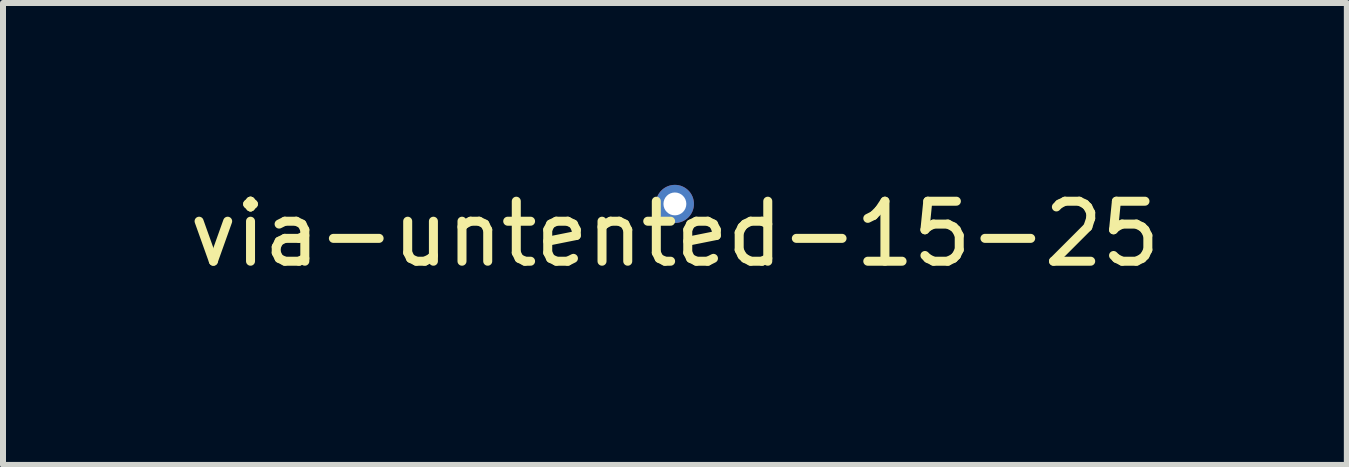
<source format=kicad_pcb>
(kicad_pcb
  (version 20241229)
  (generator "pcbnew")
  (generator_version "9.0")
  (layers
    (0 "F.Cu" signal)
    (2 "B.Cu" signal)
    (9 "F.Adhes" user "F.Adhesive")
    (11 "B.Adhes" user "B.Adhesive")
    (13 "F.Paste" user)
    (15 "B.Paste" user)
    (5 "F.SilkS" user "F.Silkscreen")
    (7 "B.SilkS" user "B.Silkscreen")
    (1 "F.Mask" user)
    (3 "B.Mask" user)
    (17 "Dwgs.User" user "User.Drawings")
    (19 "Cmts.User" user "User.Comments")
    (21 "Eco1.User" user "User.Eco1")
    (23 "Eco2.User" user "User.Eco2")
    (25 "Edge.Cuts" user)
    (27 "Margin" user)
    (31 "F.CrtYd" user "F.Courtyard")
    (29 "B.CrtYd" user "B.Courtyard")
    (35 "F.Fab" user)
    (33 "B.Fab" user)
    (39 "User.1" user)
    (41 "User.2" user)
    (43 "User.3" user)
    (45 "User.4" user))
  (footprint "via-untented-15-25"
    (layer "F.Cu")
    (at 8.196 0.348)
    (property "Reference" "via-untented-15-25" (at 0 0.5 0) (layer "F.SilkS") (effects (font (size 1 1) (thickness 0.15))))
    (attr through_hole)
    (pad "1" thru_hole circle (at 0 0) (size 0.635 0.635) (drill 0.381) (layers "*.Cu" "*.Mask")))
  (gr_rect
    (start -3 -3)
    (end 19.393 4.697)
    (stroke (width 0.1) (type default))
    (fill no)
    (layer "Edge.Cuts")))
</source>
